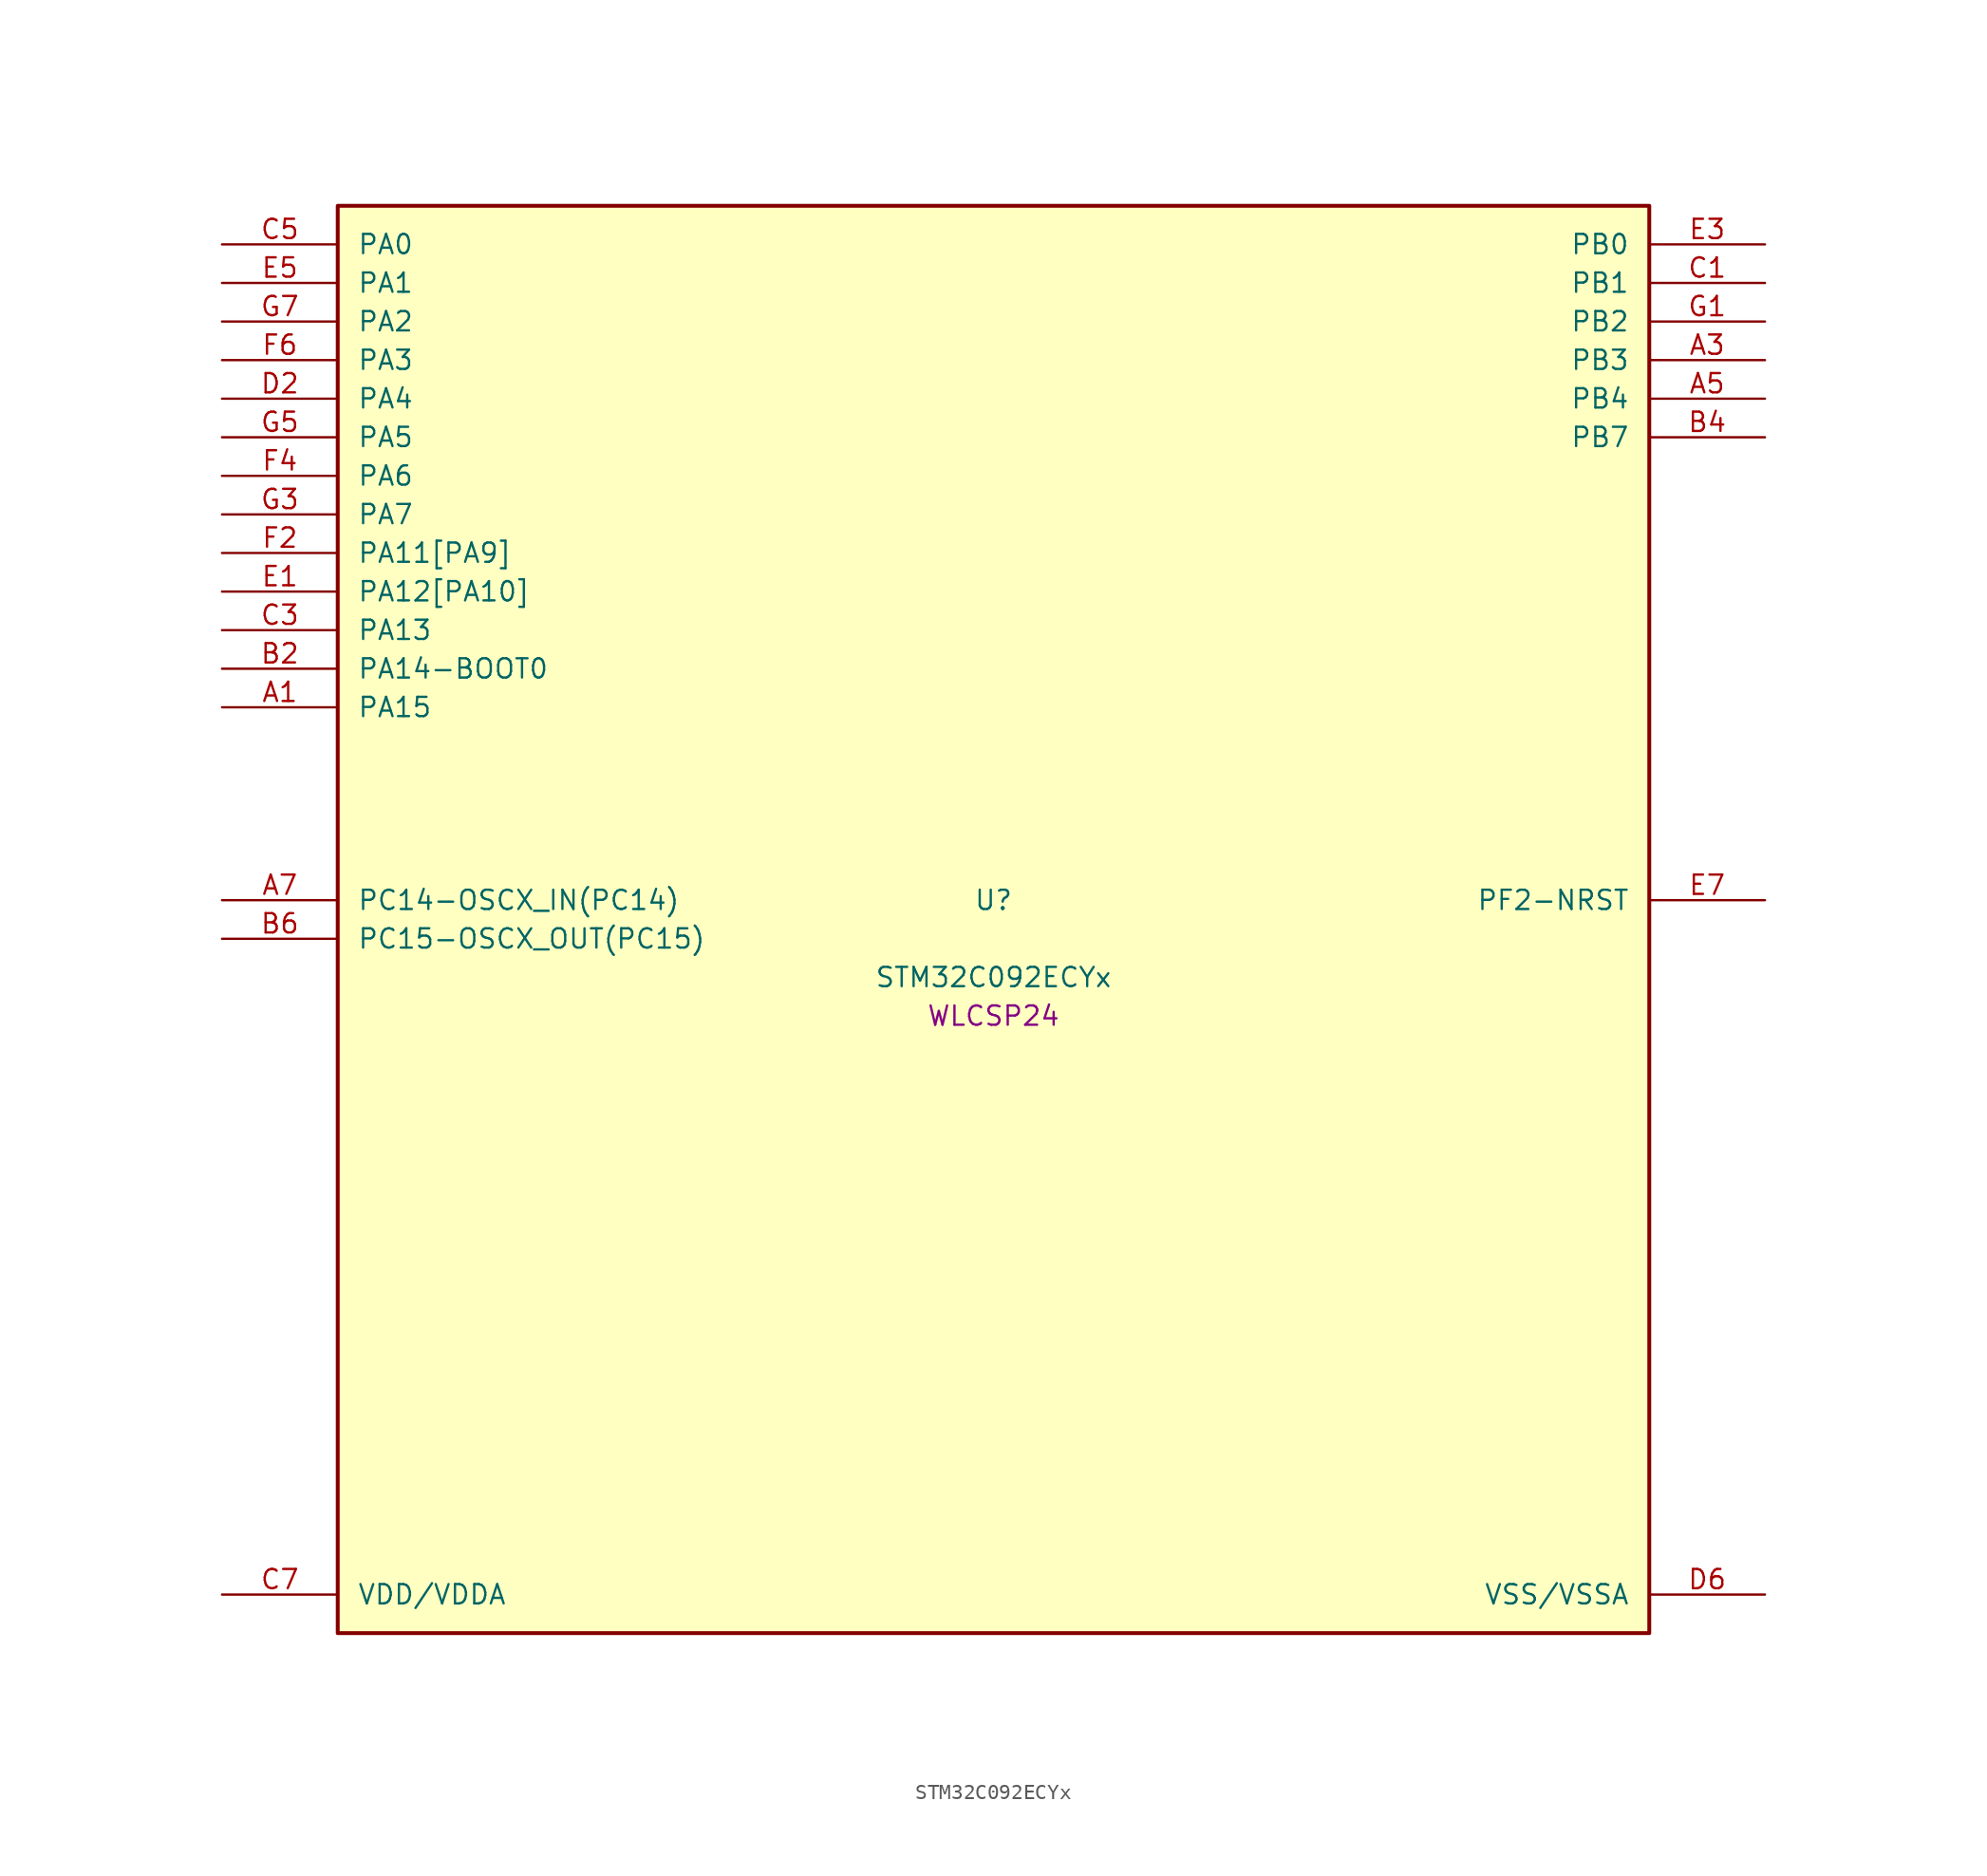
<source format=kicad_sym>
(kicad_symbol_lib
  (version 20241209)
  (generator "stm32_pkl_generator")
  (generator_version "1.0")
  (symbol "STM32C092ECYx"
    (pin_names
      (offset 1.27))
    (property "Reference" "U"
      (at 0 2.54 0))
    (property "Value" "STM32C092ECYx"
      (at 0 -2.54 0))
    (property "Footprint" "WLCSP24"
      (at 0 -5.08 0))
    (symbol "STM32C092ECYx_1_1"
      (rectangle (start -43.18 48.26) (end 43.18 -45.72) (stroke (width 0.254) (type solid)) (fill (type background)))
      (pin bidirectional line (at -50.8 45.72 0) (length 7.62) (name "PA0") (number "C5") (alternate "PA0/ADC1_IN0" bidirectional line) (alternate "PA0/PWR_WKUP1" bidirectional line) (alternate "PA0/SPI2_SCK" bidirectional line) (alternate "PA0/TIM16_CH1" bidirectional line) (alternate "PA0/TIM1_CH1" bidirectional line) (alternate "PA0/TIM2_CH1" bidirectional line) (alternate "PA0/TIM2_ETR" bidirectional line) (alternate "PA0/USART1_TX" bidirectional line) (alternate "PA0/USART2_CTS" bidirectional line) (alternate "PA0/USART2_NSS" bidirectional line) (alternate "PA0/USART4_TX" bidirectional line))
      (pin bidirectional line (at -50.8 43.18 0) (length 7.62) (name "PA1") (number "E5") (alternate "PA1/ADC1_IN1" bidirectional line) (alternate "PA1/I2C1_SMBA" bidirectional line) (alternate "PA1/I2S1_CK" bidirectional line) (alternate "PA1/SPI1_SCK" bidirectional line) (alternate "PA1/TIM15_CH1N" bidirectional line) (alternate "PA1/TIM17_CH1" bidirectional line) (alternate "PA1/TIM1_CH2" bidirectional line) (alternate "PA1/TIM2_CH2" bidirectional line) (alternate "PA1/USART1_RX" bidirectional line) (alternate "PA1/USART2_CK" bidirectional line) (alternate "PA1/USART2_DE" bidirectional line) (alternate "PA1/USART2_RTS" bidirectional line) (alternate "PA1/USART4_RX" bidirectional line))
      (pin bidirectional line (at -50.8 40.64 0) (length 7.62) (name "PA2") (number "G7") (alternate "PA2/ADC1_IN2" bidirectional line) (alternate "PA2/I2S1_SD" bidirectional line) (alternate "PA2/PWR_WKUP4" bidirectional line) (alternate "PA2/RCC_LSCO" bidirectional line) (alternate "PA2/SPI1_MOSI" bidirectional line) (alternate "PA2/TIM15_CH1" bidirectional line) (alternate "PA2/TIM16_CH1N" bidirectional line) (alternate "PA2/TIM1_CH3" bidirectional line) (alternate "PA2/TIM2_CH3" bidirectional line) (alternate "PA2/TIM3_ETR" bidirectional line) (alternate "PA2/USART2_TX" bidirectional line))
      (pin bidirectional line (at -50.8 38.1 0) (length 7.62) (name "PA3") (number "F6") (alternate "PA3/ADC1_IN3" bidirectional line) (alternate "PA3/SPI2_MISO" bidirectional line) (alternate "PA3/TIM15_CH2" bidirectional line) (alternate "PA3/TIM1_CH1N" bidirectional line) (alternate "PA3/TIM1_CH4" bidirectional line) (alternate "PA3/TIM2_CH4" bidirectional line) (alternate "PA3/USART2_RX" bidirectional line))
      (pin bidirectional line (at -50.8 35.56 0) (length 7.62) (name "PA4") (number "D2") (alternate "PA4/ADC1_IN4" bidirectional line) (alternate "PA4/I2S1_WS" bidirectional line) (alternate "PA4/PWR_WKUP2" bidirectional line) (alternate "PA4/RTC_OUT1" bidirectional line) (alternate "PA4/RTC_TS" bidirectional line) (alternate "PA4/SPI1_NSS" bidirectional line) (alternate "PA4/SPI2_MOSI" bidirectional line) (alternate "PA4/TIM14_CH1" bidirectional line) (alternate "PA4/TIM17_CH1N" bidirectional line) (alternate "PA4/TIM1_CH2N" bidirectional line) (alternate "PA4/USART2_TX" bidirectional line))
      (pin bidirectional line (at -50.8 33.02 0) (length 7.62) (name "PA5") (number "G5") (alternate "PA5/ADC1_IN5" bidirectional line) (alternate "PA5/I2S1_CK" bidirectional line) (alternate "PA5/SPI1_SCK" bidirectional line) (alternate "PA5/TIM1_CH1" bidirectional line) (alternate "PA5/TIM1_CH3N" bidirectional line) (alternate "PA5/TIM2_CH1" bidirectional line) (alternate "PA5/TIM2_ETR" bidirectional line) (alternate "PA5/USART2_RX" bidirectional line) (alternate "PA5/USART3_TX" bidirectional line))
      (pin bidirectional line (at -50.8 30.48 0) (length 7.62) (name "PA6") (number "F4") (alternate "PA6/ADC1_IN6" bidirectional line) (alternate "PA6/I2C2_SDA" bidirectional line) (alternate "PA6/I2S1_MCK" bidirectional line) (alternate "PA6/SPI1_MISO" bidirectional line) (alternate "PA6/TIM16_CH1" bidirectional line) (alternate "PA6/TIM1_BKIN" bidirectional line) (alternate "PA6/TIM3_CH1" bidirectional line) (alternate "PA6/USART3_CTS" bidirectional line) (alternate "PA6/USART3_NSS" bidirectional line))
      (pin bidirectional line (at -50.8 27.94 0) (length 7.62) (name "PA7") (number "G3") (alternate "PA7/ADC1_IN7" bidirectional line) (alternate "PA7/I2C2_SCL" bidirectional line) (alternate "PA7/I2S1_SD" bidirectional line) (alternate "PA7/SPI1_MOSI" bidirectional line) (alternate "PA7/TIM14_CH1" bidirectional line) (alternate "PA7/TIM17_CH1" bidirectional line) (alternate "PA7/TIM1_CH1N" bidirectional line) (alternate "PA7/TIM3_CH2" bidirectional line))
      (pin bidirectional line (at -50.8 25.4 0) (length 7.62) (name "PA11[PA9]") (number "F2") (alternate "PA11[PA9]/ADC1_EXTI11" bidirectional line) (alternate "PA11[PA9]/FDCAN1_RX" bidirectional line) (alternate "PA11[PA9]/I2C2_SCL" bidirectional line) (alternate "PA11[PA9]/I2S1_MCK" bidirectional line) (alternate "PA11[PA9]/SPI1_MISO" bidirectional line) (alternate "PA11[PA9]/TIM1_BKIN2" bidirectional line) (alternate "PA11[PA9]/TIM1_CH4" bidirectional line) (alternate "PA11[PA9]/USART1_CTS" bidirectional line) (alternate "PA11[PA9]/USART1_NSS" bidirectional line) (alternate "PA11[PA9]/PA9[PA11]" bidirectional line) (alternate "PA11[PA9]/I2C1_SCL" bidirectional line) (alternate "PA11[PA9]/RCC_MCO" bidirectional line) (alternate "PA11[PA9]/SPI2_MISO" bidirectional line) (alternate "PA11[PA9]/TIM15_BKIN" bidirectional line) (alternate "PA11[PA9]/TIM1_CH2" bidirectional line) (alternate "PA11[PA9]/TIM3_ETR" bidirectional line) (alternate "PA11[PA9]/USART1_TX" bidirectional line))
      (pin bidirectional line (at -50.8 22.86 0) (length 7.62) (name "PA12[PA10]") (number "E1") (alternate "PA12[PA10]/FDCAN1_TX" bidirectional line) (alternate "PA12[PA10]/I2C2_SDA" bidirectional line) (alternate "PA12[PA10]/I2S1_SD" bidirectional line) (alternate "PA12[PA10]/I2S_CKIN" bidirectional line) (alternate "PA12[PA10]/SPI1_MOSI" bidirectional line) (alternate "PA12[PA10]/TIM1_ETR" bidirectional line) (alternate "PA12[PA10]/USART1_CK" bidirectional line) (alternate "PA12[PA10]/USART1_DE" bidirectional line) (alternate "PA12[PA10]/USART1_RTS" bidirectional line) (alternate "PA12[PA10]/PA10[PA12]" bidirectional line) (alternate "PA12[PA10]/I2C1_SDA" bidirectional line) (alternate "PA12[PA10]/RCC_MCO_2" bidirectional line) (alternate "PA12[PA10]/SPI2_MOSI" bidirectional line) (alternate "PA12[PA10]/TIM17_BKIN" bidirectional line) (alternate "PA12[PA10]/TIM1_CH3" bidirectional line) (alternate "PA12[PA10]/USART1_RX" bidirectional line))
      (pin bidirectional line (at -50.8 20.32 0) (length 7.62) (name "PA13") (number "C3") (alternate "PA13/ADC1_IN13" bidirectional line) (alternate "PA13/DEBUG_SWDIO" bidirectional line) (alternate "PA13/IR_OUT" bidirectional line) (alternate "PA13/TIM3_ETR" bidirectional line) (alternate "PA13/USART2_RX" bidirectional line))
      (pin bidirectional line (at -50.8 17.78 0) (length 7.62) (name "PA14-BOOT0") (number "B2") (alternate "PA14-BOOT0/ADC1_IN14" bidirectional line) (alternate "PA14-BOOT0/BOOT0" bidirectional line) (alternate "PA14-BOOT0/DEBUG_SWCLK" bidirectional line) (alternate "PA14-BOOT0/I2S1_WS" bidirectional line) (alternate "PA14-BOOT0/RCC_MCO_2" bidirectional line) (alternate "PA14-BOOT0/SPI1_NSS" bidirectional line) (alternate "PA14-BOOT0/TIM1_CH1" bidirectional line) (alternate "PA14-BOOT0/USART1_CK" bidirectional line) (alternate "PA14-BOOT0/USART1_DE" bidirectional line) (alternate "PA14-BOOT0/USART1_RTS" bidirectional line) (alternate "PA14-BOOT0/USART2_RX" bidirectional line) (alternate "PA14-BOOT0/USART2_TX" bidirectional line))
      (pin bidirectional line (at -50.8 15.24 0) (length 7.62) (name "PA15") (number "A1") (alternate "PA15/I2S1_WS" bidirectional line) (alternate "PA15/RCC_MCO_2" bidirectional line) (alternate "PA15/SPI1_NSS" bidirectional line) (alternate "PA15/TIM1_CH1" bidirectional line) (alternate "PA15/TIM2_CH1" bidirectional line) (alternate "PA15/TIM2_ETR" bidirectional line) (alternate "PA15/USART1_CK" bidirectional line) (alternate "PA15/USART1_DE" bidirectional line) (alternate "PA15/USART1_RTS" bidirectional line) (alternate "PA15/USART2_RX" bidirectional line) (alternate "PA15/USART3_CK" bidirectional line) (alternate "PA15/USART3_DE" bidirectional line) (alternate "PA15/USART3_RTS" bidirectional line) (alternate "PA15/USART4_CK" bidirectional line) (alternate "PA15/USART4_DE" bidirectional line) (alternate "PA15/USART4_RTS" bidirectional line))
      (pin bidirectional line (at 50.8 45.72 180) (length 7.62) (name "PB0") (number "E3") (alternate "PB0/ADC1_IN17" bidirectional line) (alternate "PB0/FDCAN1_RX" bidirectional line) (alternate "PB0/I2S1_WS" bidirectional line) (alternate "PB0/SPI1_NSS" bidirectional line) (alternate "PB0/TIM1_CH2N" bidirectional line) (alternate "PB0/TIM3_CH3" bidirectional line) (alternate "PB0/USART3_RX" bidirectional line))
      (pin bidirectional line (at 50.8 43.18 180) (length 7.62) (name "PB1") (number "C1") (alternate "PB1/ADC1_IN18" bidirectional line) (alternate "PB1/FDCAN1_TX" bidirectional line) (alternate "PB1/TIM14_CH1" bidirectional line) (alternate "PB1/TIM1_CH2N" bidirectional line) (alternate "PB1/TIM1_CH3N" bidirectional line) (alternate "PB1/TIM3_CH4" bidirectional line) (alternate "PB1/USART3_CK" bidirectional line) (alternate "PB1/USART3_DE" bidirectional line) (alternate "PB1/USART3_RTS" bidirectional line))
      (pin bidirectional line (at 50.8 40.64 180) (length 7.62) (name "PB2") (number "G1") (alternate "PB2/ADC1_IN19" bidirectional line) (alternate "PB2/RCC_MCO_2" bidirectional line) (alternate "PB2/SPI2_MISO" bidirectional line) (alternate "PB2/USART1_RX" bidirectional line) (alternate "PB2/USART3_TX" bidirectional line) (alternate "PB2/PA8" bidirectional line) (alternate "PB2/ADC1_IN8" bidirectional line) (alternate "PB2/I2S1_WS" bidirectional line) (alternate "PB2/RCC_MCO" bidirectional line) (alternate "PB2/SPI1_NSS" bidirectional line) (alternate "PB2/SPI2_NSS" bidirectional line) (alternate "PB2/TIM14_CH1" bidirectional line) (alternate "PB2/TIM1_CH1" bidirectional line) (alternate "PB2/TIM1_CH2N" bidirectional line) (alternate "PB2/TIM1_CH3N" bidirectional line) (alternate "PB2/TIM3_CH3" bidirectional line) (alternate "PB2/TIM3_CH4" bidirectional line) (alternate "PB2/USART2_TX" bidirectional line))
      (pin bidirectional line (at 50.8 38.1 180) (length 7.62) (name "PB3") (number "A3") (alternate "PB3/I2C2_SCL" bidirectional line) (alternate "PB3/I2S1_CK" bidirectional line) (alternate "PB3/SPI1_SCK" bidirectional line) (alternate "PB3/TIM1_CH2" bidirectional line) (alternate "PB3/TIM2_CH2" bidirectional line) (alternate "PB3/TIM3_CH2" bidirectional line) (alternate "PB3/USART1_CK" bidirectional line) (alternate "PB3/USART1_DE" bidirectional line) (alternate "PB3/USART1_RTS" bidirectional line) (alternate "PB3/PB5" bidirectional line) (alternate "PB3/FDCAN1_RX" bidirectional line) (alternate "PB3/I2C1_SMBA" bidirectional line) (alternate "PB3/I2S1_SD" bidirectional line) (alternate "PB3/PWR_WKUP6" bidirectional line) (alternate "PB3/SPI1_MOSI" bidirectional line) (alternate "PB3/TIM16_BKIN" bidirectional line) (alternate "PB3/TIM3_CH3" bidirectional line))
      (pin bidirectional line (at 50.8 35.56 180) (length 7.62) (name "PB4") (number "A5") (alternate "PB4/I2C2_SDA" bidirectional line) (alternate "PB4/I2S1_MCK" bidirectional line) (alternate "PB4/SPI1_MISO" bidirectional line) (alternate "PB4/TIM17_BKIN" bidirectional line) (alternate "PB4/TIM3_CH1" bidirectional line) (alternate "PB4/USART1_CTS" bidirectional line) (alternate "PB4/USART1_NSS" bidirectional line) (alternate "PB4/PB6" bidirectional line) (alternate "PB4/FDCAN1_TX" bidirectional line) (alternate "PB4/I2C1_SCL" bidirectional line) (alternate "PB4/I2C1_SMBA" bidirectional line) (alternate "PB4/I2S1_CK" bidirectional line) (alternate "PB4/I2S1_SD" bidirectional line) (alternate "PB4/PWR_WKUP3" bidirectional line) (alternate "PB4/SPI1_MOSI" bidirectional line) (alternate "PB4/SPI1_SCK" bidirectional line) (alternate "PB4/SPI2_MISO" bidirectional line) (alternate "PB4/TIM16_BKIN" bidirectional line) (alternate "PB4/TIM16_CH1N" bidirectional line) (alternate "PB4/TIM1_CH2" bidirectional line) (alternate "PB4/TIM1_CH3" bidirectional line) (alternate "PB4/TIM3_CH2" bidirectional line) (alternate "PB4/TIM3_CH3" bidirectional line) (alternate "PB4/USART1_TX" bidirectional line))
      (pin bidirectional line (at 50.8 33.02 180) (length 7.62) (name "PB7") (number "B4") (alternate "PB7/I2C1_SCL" bidirectional line) (alternate "PB7/I2C1_SDA" bidirectional line) (alternate "PB7/RTC_REFIN" bidirectional line) (alternate "PB7/SPI2_MOSI" bidirectional line) (alternate "PB7/TIM16_CH1" bidirectional line) (alternate "PB7/TIM17_CH1N" bidirectional line) (alternate "PB7/TIM1_CH4" bidirectional line) (alternate "PB7/TIM3_CH1" bidirectional line) (alternate "PB7/TIM3_CH4" bidirectional line) (alternate "PB7/USART1_RX" bidirectional line) (alternate "PB7/USART2_CTS" bidirectional line) (alternate "PB7/USART2_NSS" bidirectional line) (alternate "PB7/USART4_CTS" bidirectional line) (alternate "PB7/USART4_NSS" bidirectional line) (alternate "PB7/PB8" bidirectional line) (alternate "PB7/FDCAN1_RX" bidirectional line) (alternate "PB7/SPI2_SCK" bidirectional line) (alternate "PB7/TIM15_BKIN" bidirectional line) (alternate "PB7/USART3_TX" bidirectional line))
      (pin bidirectional line (at -50.8 2.54 0) (length 7.62) (name "PC14-OSCX_IN(PC14)") (number "A7") (alternate "PC14-OSCX_IN(PC14)/FDCAN1_TX" bidirectional line) (alternate "PC14-OSCX_IN(PC14)/I2C1_SDA" bidirectional line) (alternate "PC14-OSCX_IN(PC14)/IR_OUT" bidirectional line) (alternate "PC14-OSCX_IN(PC14)/RCC_OSCX_IN" bidirectional line) (alternate "PC14-OSCX_IN(PC14)/SPI2_NSS" bidirectional line) (alternate "PC14-OSCX_IN(PC14)/TIM17_CH1" bidirectional line) (alternate "PC14-OSCX_IN(PC14)/TIM1_BKIN2" bidirectional line) (alternate "PC14-OSCX_IN(PC14)/TIM1_ETR" bidirectional line) (alternate "PC14-OSCX_IN(PC14)/TIM3_CH2" bidirectional line) (alternate "PC14-OSCX_IN(PC14)/USART1_TX" bidirectional line) (alternate "PC14-OSCX_IN(PC14)/USART2_CK" bidirectional line) (alternate "PC14-OSCX_IN(PC14)/USART2_DE" bidirectional line) (alternate "PC14-OSCX_IN(PC14)/USART2_RTS" bidirectional line) (alternate "PC14-OSCX_IN(PC14)/USART3_TX" bidirectional line))
      (pin bidirectional line (at -50.8 0 0) (length 7.62) (name "PC15-OSCX_OUT(PC15)") (number "B6") (alternate "PC15-OSCX_OUT(PC15)/RCC_OSC32_EN" bidirectional line) (alternate "PC15-OSCX_OUT(PC15)/RCC_OSCX_OUT" bidirectional line) (alternate "PC15-OSCX_OUT(PC15)/RCC_OSC_EN" bidirectional line) (alternate "PC15-OSCX_OUT(PC15)/TIM15_BKIN" bidirectional line) (alternate "PC15-OSCX_OUT(PC15)/TIM1_ETR" bidirectional line) (alternate "PC15-OSCX_OUT(PC15)/TIM3_CH3" bidirectional line))
      (pin bidirectional line (at 50.8 2.54 180) (length 7.62) (name "PF2-NRST") (number "E7") (alternate "PF2-NRST/RCC_MCO" bidirectional line) (alternate "PF2-NRST/TIM1_CH4" bidirectional line))
      (pin power_in line (at -50.8 -43.18 0) (length 7.62) (name "VDD/VDDA") (number "C7"))
      (pin power_in line (at 50.8 -43.18 180) (length 7.62) (name "VSS/VSSA") (number "D6")))))
</source>
